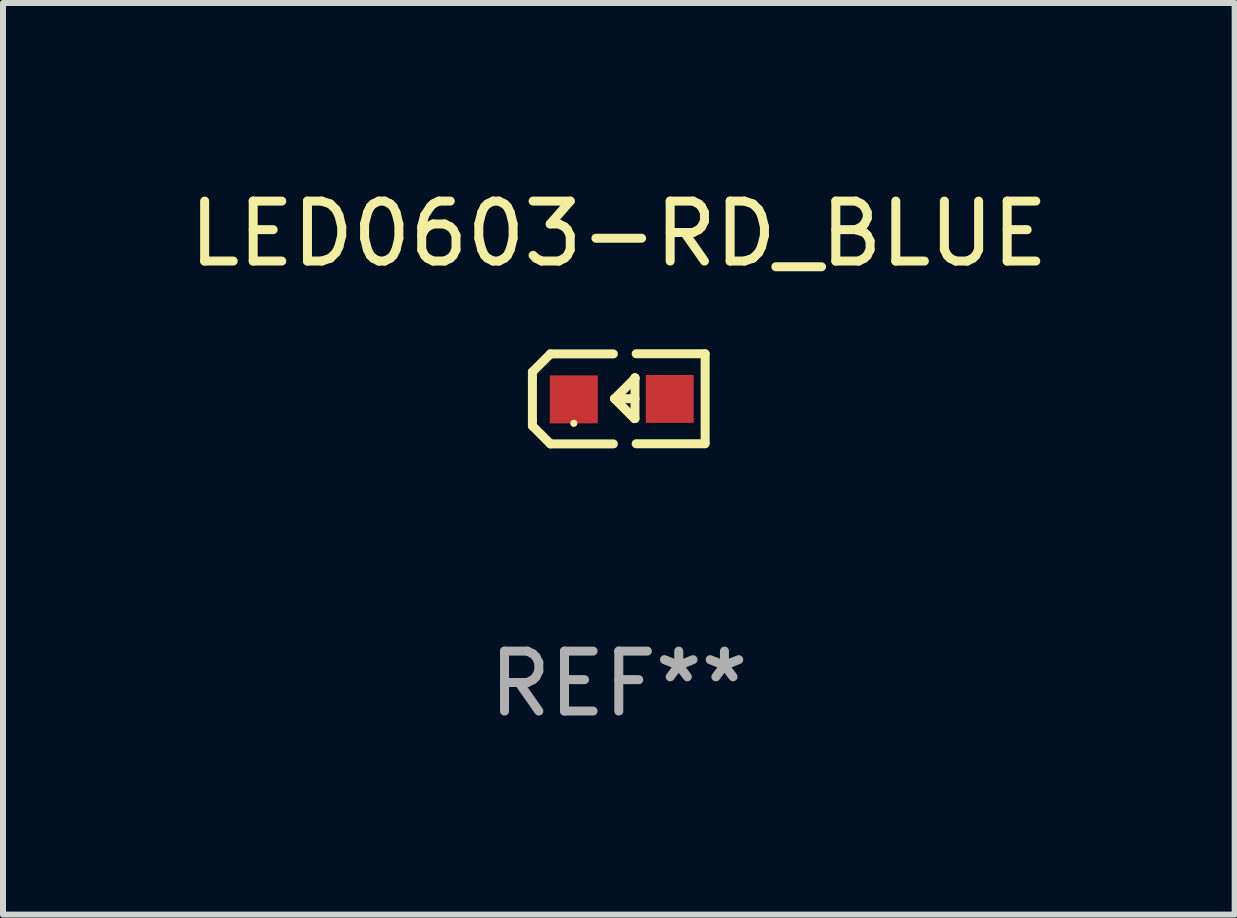
<source format=kicad_pcb>
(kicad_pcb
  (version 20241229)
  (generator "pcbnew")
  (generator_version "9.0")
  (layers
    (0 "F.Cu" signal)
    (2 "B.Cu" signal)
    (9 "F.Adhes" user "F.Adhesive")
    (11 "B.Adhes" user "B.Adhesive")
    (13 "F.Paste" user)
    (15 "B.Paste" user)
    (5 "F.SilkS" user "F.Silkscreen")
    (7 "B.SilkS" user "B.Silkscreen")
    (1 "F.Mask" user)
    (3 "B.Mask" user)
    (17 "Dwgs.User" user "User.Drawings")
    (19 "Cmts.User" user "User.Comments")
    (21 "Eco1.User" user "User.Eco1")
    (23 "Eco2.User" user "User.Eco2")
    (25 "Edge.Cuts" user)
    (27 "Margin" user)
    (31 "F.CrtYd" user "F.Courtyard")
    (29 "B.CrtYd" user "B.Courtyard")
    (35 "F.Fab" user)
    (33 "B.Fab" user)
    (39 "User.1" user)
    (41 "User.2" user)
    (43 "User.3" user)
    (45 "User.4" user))
  (footprint "LED0603-RD_BLUE"
    (layer "F.Cu")
    (at 7.317 3.605)
    (property "Reference" "LED0603-RD_BLUE" (at -0.05 -2.757 0) (layer "F.SilkS") (effects (font (size 1 1) (thickness 0.15))))
    (attr through_hole)
    (fp_line (start -1.49 -0.454) (end -1.19 -0.754) (stroke (width 0.15) (type solid)) (layer "F.SilkS"))
    (fp_line (start -1.49 -0.354) (end -1.49 -0.454) (stroke (width 0.15) (type solid)) (layer "F.SilkS"))
    (fp_line (start -1.49 -0.354) (end -1.49 0.346) (stroke (width 0.15) (type solid)) (layer "F.SilkS"))
    (fp_line (start -1.49 0.346) (end -1.49 0.446) (stroke (width 0.15) (type solid)) (layer "F.SilkS"))
    (fp_line (start -1.49 0.446) (end -1.19 0.746) (stroke (width 0.15) (type solid)) (layer "F.SilkS"))
    (fp_line (start -0.14 -0.754) (end -1.19 -0.754) (stroke (width 0.15) (type solid)) (layer "F.SilkS"))
    (fp_line (start -0.14 0.746) (end -1.19 0.746) (stroke (width 0.15) (type solid)) (layer "F.SilkS"))
    (fp_line (start 0.21 0.324) (end -0.12 -0.007) (stroke (width 0.15) (type solid)) (layer "F.SilkS"))
    (fp_line (start 0.22 -0.357) (end 0.22 -0.347) (stroke (width 0.15) (type solid)) (layer "F.SilkS"))
    (fp_line (start 0.22 -0.357) (end 0.22 0.324) (stroke (width 0.15) (type solid)) (layer "F.SilkS"))
    (fp_line (start 0.22 -0.347) (end -0.12 -0.007) (stroke (width 0.15) (type solid)) (layer "F.SilkS"))
    (fp_line (start 0.22 -0.007) (end -0.12 -0.007) (stroke (width 0.15) (type solid)) (layer "F.SilkS"))
    (fp_line (start 0.22 0.324) (end 0.21 0.324) (stroke (width 0.15) (type solid)) (layer "F.SilkS"))
    (fp_line (start 0.24 -0.757) (end 1.39 -0.757) (stroke (width 0.15) (type solid)) (layer "F.SilkS"))
    (fp_line (start 0.24 0.744) (end 1.39 0.744) (stroke (width 0.15) (type solid)) (layer "F.SilkS"))
    (fp_line (start 1.39 -0.756) (end 1.39 0.723) (stroke (width 0.15) (type solid)) (layer "F.SilkS"))
    (fp_circle (center -0.8 0.403) (end -0.77 0.403) (stroke (width 0.06) (type solid)) (fill no) (layer "F.SilkS"))
    (fp_text user "REF**" (at -0.05 4.746 0) (layer "F.Fab") (effects (font (size 1 1) (thickness 0.15))))
    (pad "1" smd rect (at -0.8 0.004 90) (size 0.8 0.8) (layers "F.Cu" "F.Mask" "F.Paste"))
    (pad "2" smd rect (at 0.799 -0.004 90) (size 0.8 0.8) (layers "F.Cu" "F.Mask" "F.Paste")))
  (gr_rect
    (start -3 -3)
    (end 17.536 12.199)
    (stroke (width 0.1) (type default))
    (fill no)
    (layer "Edge.Cuts")))
</source>
